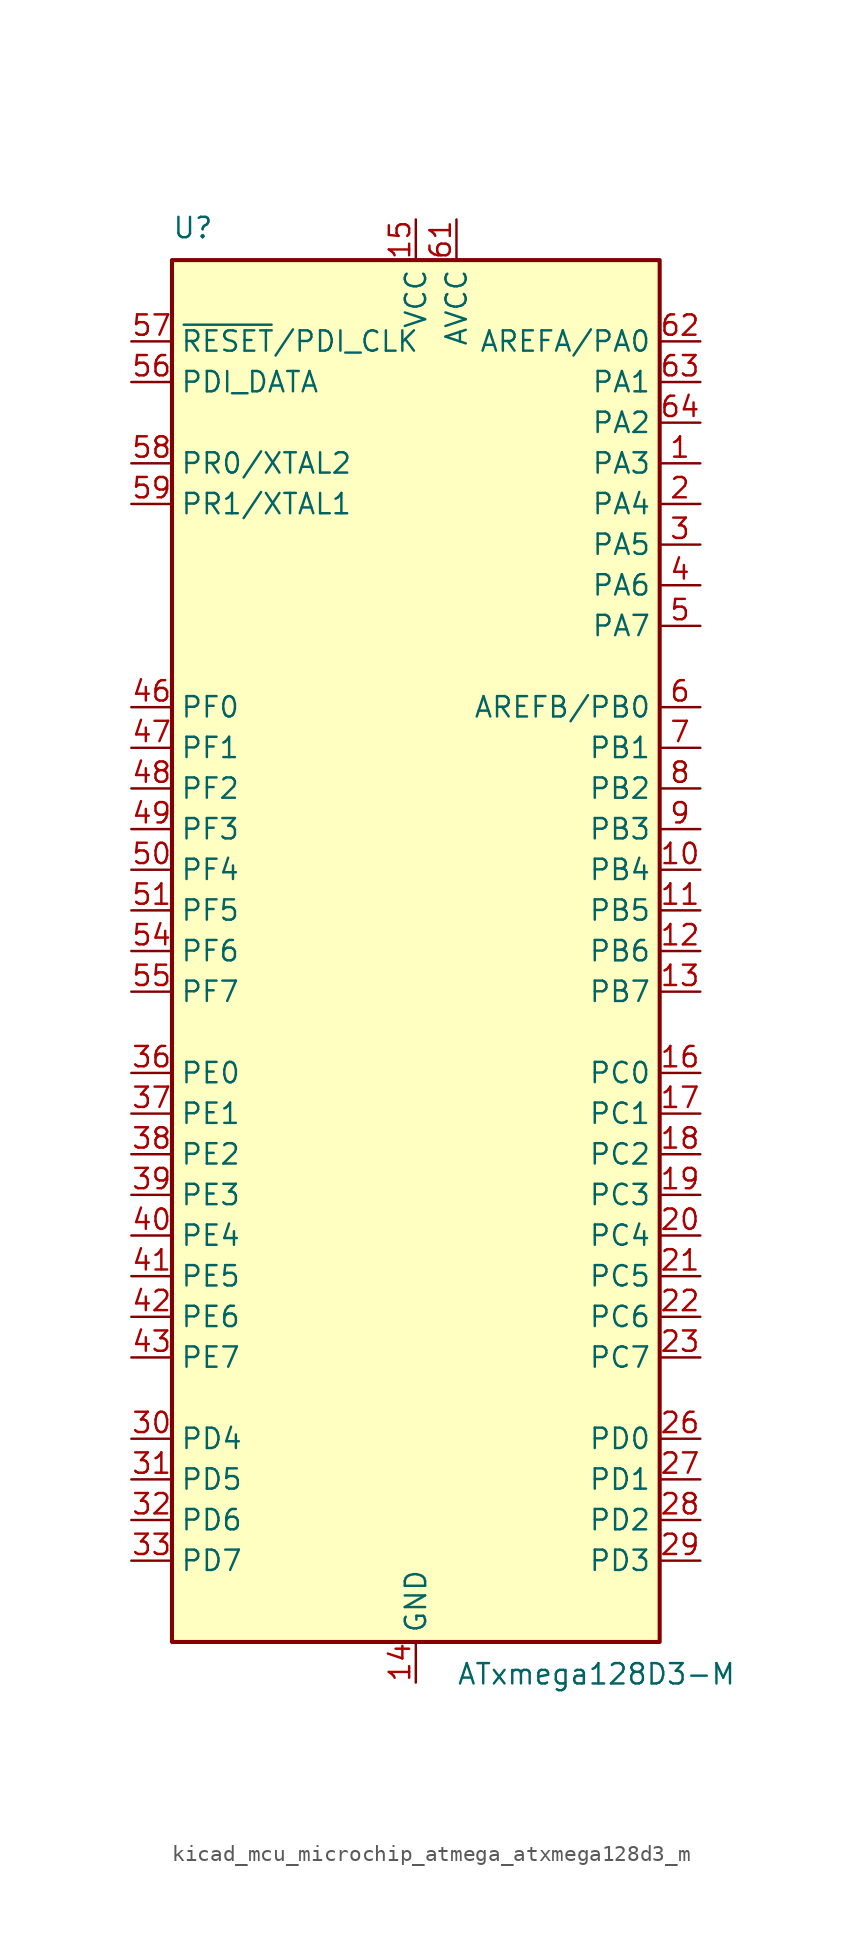
<source format=kicad_sym>
(kicad_symbol_lib
  (version 20220914)
  (generator kicad_symbol_editor)
  (symbol "kicad_mcu_microchip_atmega_atxmega128d3_m"
    (property "Reference" "U"
      (at -15.24 44.45 0)
      (effects (font (size 1.27 1.27)) (justify left bottom)))
    (property "Value" "ATxmega128D3-M"
      (at 2.54 -44.45 0)
      (effects (font (size 1.27 1.27)) (justify left top)))
    (symbol "kicad_mcu_microchip_atmega_atxmega128d3_m_0_1"
      (rectangle (start -15.24 -43.18) (end 15.24 43.18) (stroke (width 0.254) (type default)) (fill (type background))))
    (symbol "kicad_mcu_microchip_atmega_atxmega128d3_m_1_1"
      (pin bidirectional line (at 17.78 30.48 180) (length 2.54) (name "PA3" (effects (font (size 1.27 1.27)))) (number "1" (effects (font (size 1.27 1.27)))))
      (pin bidirectional line (at 17.78 5.08 180) (length 2.54) (name "PB4" (effects (font (size 1.27 1.27)))) (number "10" (effects (font (size 1.27 1.27)))))
      (pin bidirectional line (at 17.78 2.54 180) (length 2.54) (name "PB5" (effects (font (size 1.27 1.27)))) (number "11" (effects (font (size 1.27 1.27)))))
      (pin bidirectional line (at 17.78 0 180) (length 2.54) (name "PB6" (effects (font (size 1.27 1.27)))) (number "12" (effects (font (size 1.27 1.27)))))
      (pin bidirectional line (at 17.78 -2.54 180) (length 2.54) (name "PB7" (effects (font (size 1.27 1.27)))) (number "13" (effects (font (size 1.27 1.27)))))
      (pin power_in line (at 0 -45.72 90) (length 2.54) (name "GND" (effects (font (size 1.27 1.27)))) (number "14" (effects (font (size 1.27 1.27)))))
      (pin power_in line (at 0 45.72 270) (length 2.54) (name "VCC" (effects (font (size 1.27 1.27)))) (number "15" (effects (font (size 1.27 1.27)))))
      (pin bidirectional line (at 17.78 -7.62 180) (length 2.54) (name "PC0" (effects (font (size 1.27 1.27)))) (number "16" (effects (font (size 1.27 1.27)))))
      (pin bidirectional line (at 17.78 -10.16 180) (length 2.54) (name "PC1" (effects (font (size 1.27 1.27)))) (number "17" (effects (font (size 1.27 1.27)))))
      (pin bidirectional line (at 17.78 -12.7 180) (length 2.54) (name "PC2" (effects (font (size 1.27 1.27)))) (number "18" (effects (font (size 1.27 1.27)))))
      (pin bidirectional line (at 17.78 -15.24 180) (length 2.54) (name "PC3" (effects (font (size 1.27 1.27)))) (number "19" (effects (font (size 1.27 1.27)))))
      (pin bidirectional line (at 17.78 27.94 180) (length 2.54) (name "PA4" (effects (font (size 1.27 1.27)))) (number "2" (effects (font (size 1.27 1.27)))))
      (pin bidirectional line (at 17.78 -17.78 180) (length 2.54) (name "PC4" (effects (font (size 1.27 1.27)))) (number "20" (effects (font (size 1.27 1.27)))))
      (pin bidirectional line (at 17.78 -20.32 180) (length 2.54) (name "PC5" (effects (font (size 1.27 1.27)))) (number "21" (effects (font (size 1.27 1.27)))))
      (pin bidirectional line (at 17.78 -22.86 180) (length 2.54) (name "PC6" (effects (font (size 1.27 1.27)))) (number "22" (effects (font (size 1.27 1.27)))))
      (pin bidirectional line (at 17.78 -25.4 180) (length 2.54) (name "PC7" (effects (font (size 1.27 1.27)))) (number "23" (effects (font (size 1.27 1.27)))))
      (pin passive line (at 0 -45.72 90) (length 2.54) hide (name "GND" (effects (font (size 1.27 1.27)))) (number "24" (effects (font (size 1.27 1.27)))))
      (pin passive line (at 0 45.72 270) (length 2.54) hide (name "VCC" (effects (font (size 1.27 1.27)))) (number "25" (effects (font (size 1.27 1.27)))))
      (pin bidirectional line (at 17.78 -30.48 180) (length 2.54) (name "PD0" (effects (font (size 1.27 1.27)))) (number "26" (effects (font (size 1.27 1.27)))))
      (pin bidirectional line (at 17.78 -33.02 180) (length 2.54) (name "PD1" (effects (font (size 1.27 1.27)))) (number "27" (effects (font (size 1.27 1.27)))))
      (pin bidirectional line (at 17.78 -35.56 180) (length 2.54) (name "PD2" (effects (font (size 1.27 1.27)))) (number "28" (effects (font (size 1.27 1.27)))))
      (pin bidirectional line (at 17.78 -38.1 180) (length 2.54) (name "PD3" (effects (font (size 1.27 1.27)))) (number "29" (effects (font (size 1.27 1.27)))))
      (pin bidirectional line (at 17.78 25.4 180) (length 2.54) (name "PA5" (effects (font (size 1.27 1.27)))) (number "3" (effects (font (size 1.27 1.27)))))
      (pin bidirectional line (at -17.78 -30.48 0) (length 2.54) (name "PD4" (effects (font (size 1.27 1.27)))) (number "30" (effects (font (size 1.27 1.27)))))
      (pin bidirectional line (at -17.78 -33.02 0) (length 2.54) (name "PD5" (effects (font (size 1.27 1.27)))) (number "31" (effects (font (size 1.27 1.27)))))
      (pin bidirectional line (at -17.78 -35.56 0) (length 2.54) (name "PD6" (effects (font (size 1.27 1.27)))) (number "32" (effects (font (size 1.27 1.27)))))
      (pin bidirectional line (at -17.78 -38.1 0) (length 2.54) (name "PD7" (effects (font (size 1.27 1.27)))) (number "33" (effects (font (size 1.27 1.27)))))
      (pin passive line (at 0 -45.72 90) (length 2.54) hide (name "GND" (effects (font (size 1.27 1.27)))) (number "34" (effects (font (size 1.27 1.27)))))
      (pin passive line (at 0 45.72 270) (length 2.54) hide (name "VCC" (effects (font (size 1.27 1.27)))) (number "35" (effects (font (size 1.27 1.27)))))
      (pin bidirectional line (at -17.78 -7.62 0) (length 2.54) (name "PE0" (effects (font (size 1.27 1.27)))) (number "36" (effects (font (size 1.27 1.27)))))
      (pin bidirectional line (at -17.78 -10.16 0) (length 2.54) (name "PE1" (effects (font (size 1.27 1.27)))) (number "37" (effects (font (size 1.27 1.27)))))
      (pin bidirectional line (at -17.78 -12.7 0) (length 2.54) (name "PE2" (effects (font (size 1.27 1.27)))) (number "38" (effects (font (size 1.27 1.27)))))
      (pin bidirectional line (at -17.78 -15.24 0) (length 2.54) (name "PE3" (effects (font (size 1.27 1.27)))) (number "39" (effects (font (size 1.27 1.27)))))
      (pin bidirectional line (at 17.78 22.86 180) (length 2.54) (name "PA6" (effects (font (size 1.27 1.27)))) (number "4" (effects (font (size 1.27 1.27)))))
      (pin bidirectional line (at -17.78 -17.78 0) (length 2.54) (name "PE4" (effects (font (size 1.27 1.27)))) (number "40" (effects (font (size 1.27 1.27)))))
      (pin bidirectional line (at -17.78 -20.32 0) (length 2.54) (name "PE5" (effects (font (size 1.27 1.27)))) (number "41" (effects (font (size 1.27 1.27)))))
      (pin bidirectional line (at -17.78 -22.86 0) (length 2.54) (name "PE6" (effects (font (size 1.27 1.27)))) (number "42" (effects (font (size 1.27 1.27)))))
      (pin bidirectional line (at -17.78 -25.4 0) (length 2.54) (name "PE7" (effects (font (size 1.27 1.27)))) (number "43" (effects (font (size 1.27 1.27)))))
      (pin passive line (at 0 -45.72 90) (length 2.54) hide (name "GND" (effects (font (size 1.27 1.27)))) (number "44" (effects (font (size 1.27 1.27)))))
      (pin passive line (at 0 45.72 270) (length 2.54) hide (name "VCC" (effects (font (size 1.27 1.27)))) (number "45" (effects (font (size 1.27 1.27)))))
      (pin bidirectional line (at -17.78 15.24 0) (length 2.54) (name "PF0" (effects (font (size 1.27 1.27)))) (number "46" (effects (font (size 1.27 1.27)))))
      (pin bidirectional line (at -17.78 12.7 0) (length 2.54) (name "PF1" (effects (font (size 1.27 1.27)))) (number "47" (effects (font (size 1.27 1.27)))))
      (pin bidirectional line (at -17.78 10.16 0) (length 2.54) (name "PF2" (effects (font (size 1.27 1.27)))) (number "48" (effects (font (size 1.27 1.27)))))
      (pin bidirectional line (at -17.78 7.62 0) (length 2.54) (name "PF3" (effects (font (size 1.27 1.27)))) (number "49" (effects (font (size 1.27 1.27)))))
      (pin bidirectional line (at 17.78 20.32 180) (length 2.54) (name "PA7" (effects (font (size 1.27 1.27)))) (number "5" (effects (font (size 1.27 1.27)))))
      (pin bidirectional line (at -17.78 5.08 0) (length 2.54) (name "PF4" (effects (font (size 1.27 1.27)))) (number "50" (effects (font (size 1.27 1.27)))))
      (pin bidirectional line (at -17.78 2.54 0) (length 2.54) (name "PF5" (effects (font (size 1.27 1.27)))) (number "51" (effects (font (size 1.27 1.27)))))
      (pin passive line (at 0 -45.72 90) (length 2.54) hide (name "GND" (effects (font (size 1.27 1.27)))) (number "52" (effects (font (size 1.27 1.27)))))
      (pin passive line (at 0 45.72 270) (length 2.54) hide (name "VCC" (effects (font (size 1.27 1.27)))) (number "53" (effects (font (size 1.27 1.27)))))
      (pin bidirectional line (at -17.78 0 0) (length 2.54) (name "PF6" (effects (font (size 1.27 1.27)))) (number "54" (effects (font (size 1.27 1.27)))))
      (pin bidirectional line (at -17.78 -2.54 0) (length 2.54) (name "PF7" (effects (font (size 1.27 1.27)))) (number "55" (effects (font (size 1.27 1.27)))))
      (pin bidirectional line (at -17.78 35.56 0) (length 2.54) (name "PDI_DATA" (effects (font (size 1.27 1.27)))) (number "56" (effects (font (size 1.27 1.27)))))
      (pin input line (at -17.78 38.1 0) (length 2.54) (name "~{RESET}/PDI_CLK" (effects (font (size 1.27 1.27)))) (number "57" (effects (font (size 1.27 1.27)))))
      (pin bidirectional line (at -17.78 30.48 0) (length 2.54) (name "PR0/XTAL2" (effects (font (size 1.27 1.27)))) (number "58" (effects (font (size 1.27 1.27)))))
      (pin bidirectional line (at -17.78 27.94 0) (length 2.54) (name "PR1/XTAL1" (effects (font (size 1.27 1.27)))) (number "59" (effects (font (size 1.27 1.27)))))
      (pin bidirectional line (at 17.78 15.24 180) (length 2.54) (name "AREFB/PB0" (effects (font (size 1.27 1.27)))) (number "6" (effects (font (size 1.27 1.27)))))
      (pin passive line (at 0 -45.72 90) (length 2.54) hide (name "GND" (effects (font (size 1.27 1.27)))) (number "60" (effects (font (size 1.27 1.27)))))
      (pin power_in line (at 2.54 45.72 270) (length 2.54) (name "AVCC" (effects (font (size 1.27 1.27)))) (number "61" (effects (font (size 1.27 1.27)))))
      (pin bidirectional line (at 17.78 38.1 180) (length 2.54) (name "AREFA/PA0" (effects (font (size 1.27 1.27)))) (number "62" (effects (font (size 1.27 1.27)))))
      (pin bidirectional line (at 17.78 35.56 180) (length 2.54) (name "PA1" (effects (font (size 1.27 1.27)))) (number "63" (effects (font (size 1.27 1.27)))))
      (pin bidirectional line (at 17.78 33.02 180) (length 2.54) (name "PA2" (effects (font (size 1.27 1.27)))) (number "64" (effects (font (size 1.27 1.27)))))
      (pin passive line (at 0 -45.72 90) (length 2.54) hide (name "GND" (effects (font (size 1.27 1.27)))) (number "65" (effects (font (size 1.27 1.27)))))
      (pin bidirectional line (at 17.78 12.7 180) (length 2.54) (name "PB1" (effects (font (size 1.27 1.27)))) (number "7" (effects (font (size 1.27 1.27)))))
      (pin bidirectional line (at 17.78 10.16 180) (length 2.54) (name "PB2" (effects (font (size 1.27 1.27)))) (number "8" (effects (font (size 1.27 1.27)))))
      (pin bidirectional line (at 17.78 7.62 180) (length 2.54) (name "PB3" (effects (font (size 1.27 1.27)))) (number "9" (effects (font (size 1.27 1.27))))))))
</source>
